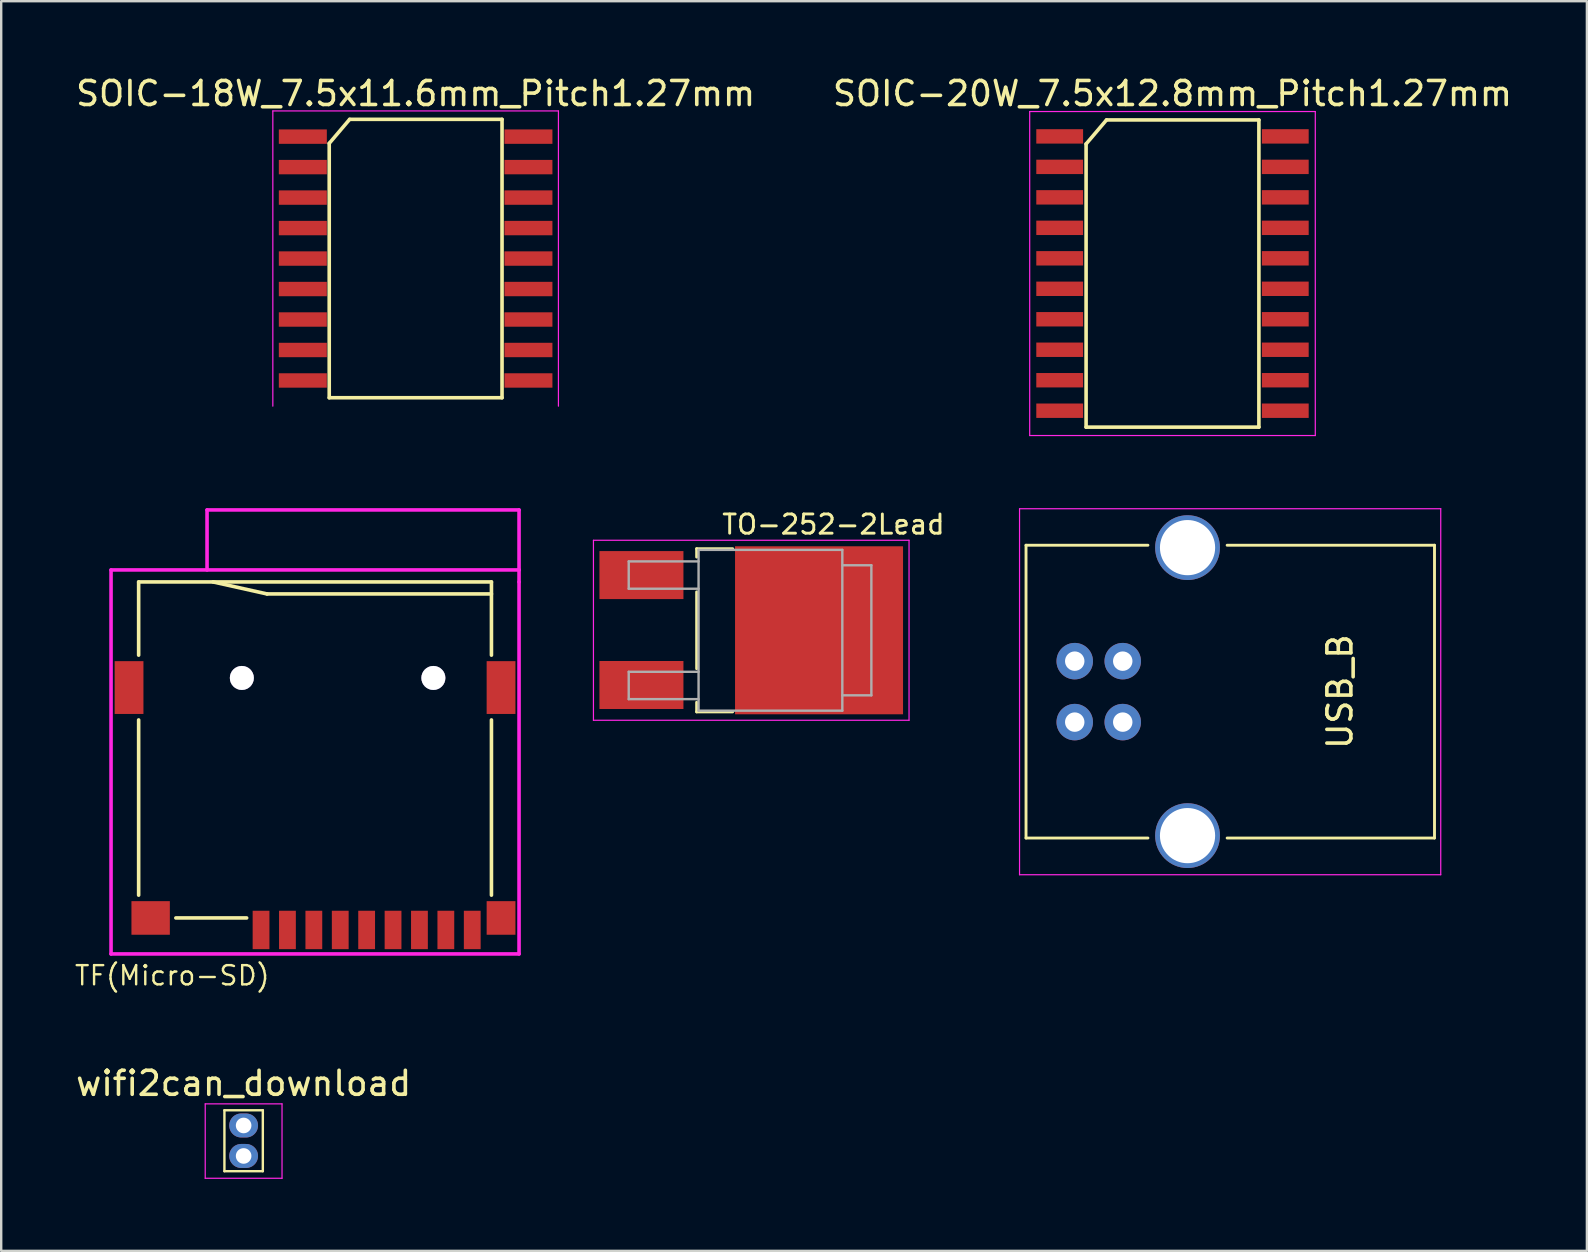
<source format=kicad_pcb>
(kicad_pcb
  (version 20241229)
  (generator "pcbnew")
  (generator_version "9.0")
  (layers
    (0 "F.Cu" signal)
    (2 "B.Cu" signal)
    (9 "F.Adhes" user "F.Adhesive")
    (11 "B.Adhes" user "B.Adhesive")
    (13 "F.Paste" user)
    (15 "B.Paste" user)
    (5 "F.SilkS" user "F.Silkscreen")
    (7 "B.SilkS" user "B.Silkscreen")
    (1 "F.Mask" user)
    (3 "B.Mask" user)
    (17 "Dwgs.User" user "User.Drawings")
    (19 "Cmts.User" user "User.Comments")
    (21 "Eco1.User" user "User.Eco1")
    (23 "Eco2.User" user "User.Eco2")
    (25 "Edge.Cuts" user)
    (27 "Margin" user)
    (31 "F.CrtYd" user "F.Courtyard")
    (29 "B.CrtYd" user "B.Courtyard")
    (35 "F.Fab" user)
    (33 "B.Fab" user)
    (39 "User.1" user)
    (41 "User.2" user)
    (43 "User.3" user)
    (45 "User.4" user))
  (footprint "TF(Micro-SD)"
    (layer "F.Cu")
    (at 10.077 28.198)
    (property "Reference" "TF(Micro-SD)" (at -5.95 9.4 0) (layer "F.SilkS") (effects (font (size 0.8 0.8) (thickness 0.1))))
    (attr smd)
    (fp_line (start -7.35 -7) (end -7.35 -3.95) (stroke (width 0.15) (type solid)) (layer "F.SilkS"))
    (fp_line (start -7.35 -7) (end 7.35 -7) (stroke (width 0.15) (type solid)) (layer "F.SilkS"))
    (fp_line (start -7.35 -1.25) (end -7.35 6.05) (stroke (width 0.15) (type solid)) (layer "F.SilkS"))
    (fp_line (start -5.8 7) (end -2.85 7) (stroke (width 0.15) (type solid)) (layer "F.SilkS"))
    (fp_line (start -2 -6.5) (end -4.25 -7) (stroke (width 0.15) (type solid)) (layer "F.SilkS"))
    (fp_line (start 7.35 -6.5) (end -2 -6.5) (stroke (width 0.15) (type solid)) (layer "F.SilkS"))
    (fp_line (start 7.35 -3.95) (end 7.35 -7) (stroke (width 0.15) (type solid)) (layer "F.SilkS"))
    (fp_line (start 7.35 6.05) (end 7.35 -1.25) (stroke (width 0.15) (type solid)) (layer "F.SilkS"))
    (fp_line (start -8.5 -7.5) (end -8.5 8.5) (stroke (width 0.15) (type solid)) (layer "F.CrtYd"))
    (fp_line (start -8.5 8.5) (end 8.5 8.5) (stroke (width 0.15) (type solid)) (layer "F.CrtYd"))
    (fp_line (start -4.5 -10) (end -4.5 -7.5) (stroke (width 0.15) (type solid)) (layer "F.CrtYd"))
    (fp_line (start 8.5 -10) (end -4.5 -10) (stroke (width 0.15) (type solid)) (layer "F.CrtYd"))
    (fp_line (start 8.5 -7.5) (end -8.5 -7.5) (stroke (width 0.15) (type solid)) (layer "F.CrtYd"))
    (fp_line (start 8.5 -7.5) (end 8.5 -10) (stroke (width 0.15) (type solid)) (layer "F.CrtYd"))
    (fp_line (start 8.5 -7) (end 8.5 -7.5) (stroke (width 0.15) (type solid)) (layer "F.CrtYd"))
    (fp_line (start 8.5 8.5) (end 8.5 -7) (stroke (width 0.15) (type solid)) (layer "F.CrtYd"))
    (pad "" thru_hole circle (at -3.05 -3) (size 1 1) (drill 1) (layers "*.Cu"))
    (pad "" thru_hole circle (at 4.93 -3) (size 1 1) (drill 1) (layers "*.Cu"))
    (pad "1" smd rect (at -2.25 7.5) (size 0.7 1.6) (layers "F.Cu" "F.Mask" "F.Paste"))
    (pad "2" smd rect (at -1.15 7.5) (size 0.7 1.6) (layers "F.Cu" "F.Mask" "F.Paste"))
    (pad "3" smd rect (at -0.05 7.5) (size 0.7 1.6) (layers "F.Cu" "F.Mask" "F.Paste"))
    (pad "4" smd rect (at 1.05 7.5) (size 0.7 1.6) (layers "F.Cu" "F.Mask" "F.Paste"))
    (pad "5" smd rect (at 2.15 7.5) (size 0.7 1.6) (layers "F.Cu" "F.Mask" "F.Paste"))
    (pad "6" smd rect (at 3.25 7.5) (size 0.7 1.6) (layers "F.Cu" "F.Mask" "F.Paste"))
    (pad "7" smd rect (at 4.35 7.5) (size 0.7 1.6) (layers "F.Cu" "F.Mask" "F.Paste"))
    (pad "8" smd rect (at 5.45 7.5) (size 0.7 1.6) (layers "F.Cu" "F.Mask" "F.Paste"))
    (pad "9" smd rect (at 6.55 7.5) (size 0.7 1.6) (layers "F.Cu" "F.Mask" "F.Paste"))
    (pad "10" smd rect (at -7.75 -2.6) (size 1.2 2.2) (layers "F.Cu" "F.Mask" "F.Paste"))
    (pad "10" smd rect (at -6.85 7) (size 1.6 1.4) (layers "F.Cu" "F.Mask" "F.Paste"))
    (pad "10" smd rect (at 7.75 -2.6) (size 1.2 2.2) (layers "F.Cu" "F.Mask" "F.Paste"))
    (pad "10" smd rect (at 7.75 7) (size 1.2 1.4) (layers "F.Cu" "F.Mask" "F.Paste")))
  (footprint "TO-252-2Lead"
    (layer "F.Cu")
    (at 27.377 23.202)
    (property "Reference" "TO-252-2Lead" (at 4.3 -4.4 0) (layer "F.SilkS") (effects (font (size 0.8 0.8) (thickness 0.12))))
    (attr smd)
    (fp_line (start -1.4 -3.39) (end 0.1 -3.39) (stroke (width 0.12) (type solid)) (layer "F.SilkS"))
    (fp_line (start -1.4 -3.04) (end -1.4 -3.39) (stroke (width 0.12) (type solid)) (layer "F.SilkS"))
    (fp_line (start -1.4 1.61) (end -1.4 -1.59) (stroke (width 0.12) (type solid)) (layer "F.SilkS"))
    (fp_line (start -1.4 3.41) (end -1.4 3.01) (stroke (width 0.12) (type solid)) (layer "F.SilkS"))
    (fp_line (start 0.1 3.41) (end -1.4 3.41) (stroke (width 0.12) (type solid)) (layer "F.SilkS"))
    (fp_line (start -5.7 3.76) (end -5.7 -3.74) (stroke (width 0.05) (type solid)) (layer "F.CrtYd"))
    (fp_line (start -5.7 3.76) (end 7.45 3.76) (stroke (width 0.05) (type solid)) (layer "F.CrtYd"))
    (fp_line (start 7.45 -3.74) (end -5.7 -3.74) (stroke (width 0.05) (type solid)) (layer "F.CrtYd"))
    (fp_line (start 7.45 -3.74) (end 7.45 3.76) (stroke (width 0.05) (type solid)) (layer "F.CrtYd"))
    (fp_line (start -4.23 -2.86) (end -4.23 -1.72) (stroke (width 0.1) (type solid)) (layer "F.Fab"))
    (fp_line (start -4.23 -1.72) (end -1.32 -1.72) (stroke (width 0.1) (type solid)) (layer "F.Fab"))
    (fp_line (start -4.23 1.74) (end -4.23 2.88) (stroke (width 0.1) (type solid)) (layer "F.Fab"))
    (fp_line (start -4.23 2.88) (end -1.32 2.88) (stroke (width 0.1) (type solid)) (layer "F.Fab"))
    (fp_line (start -1.32 -2.86) (end -4.23 -2.86) (stroke (width 0.1) (type solid)) (layer "F.Fab"))
    (fp_line (start -1.32 1.74) (end -4.23 1.74) (stroke (width 0.1) (type solid)) (layer "F.Fab"))
    (fp_line (start -1.32 3.36) (end -1.32 -3.34) (stroke (width 0.1) (type solid)) (layer "F.Fab"))
    (fp_line (start -1.32 3.36) (end 4.67 3.36) (stroke (width 0.1) (type solid)) (layer "F.Fab"))
    (fp_line (start 4.67 -3.34) (end -1.32 -3.34) (stroke (width 0.1) (type solid)) (layer "F.Fab"))
    (fp_line (start 4.67 3.36) (end 4.67 -3.34) (stroke (width 0.1) (type solid)) (layer "F.Fab"))
    (fp_line (start 4.68 -2.7) (end 5.88 -2.7) (stroke (width 0.1) (type solid)) (layer "F.Fab"))
    (fp_line (start 5.88 -2.7) (end 5.88 2.72) (stroke (width 0.1) (type solid)) (layer "F.Fab"))
    (fp_line (start 5.88 2.72) (end 4.67 2.72) (stroke (width 0.1) (type solid)) (layer "F.Fab"))
    (pad "1" smd rect (at -3.7 -2.29 270) (size 2 3.5) (layers "F.Cu" "F.Mask" "F.Paste"))
    (pad "2" smd rect (at -3.7 2.29 270) (size 2 3.5) (layers "F.Cu" "F.Mask" "F.Paste"))
    (pad "3" smd rect (at 3.7 0.01 270) (size 7 7) (layers "F.Cu" "F.Mask" "F.Paste")))
  (footprint "wifi2can_download"
    (layer "F.Cu")
    (at 7.101 43.845)
    (property "Reference" "wifi2can_download" (at 0 -1.755 0) (layer "F.SilkS") (effects (font (size 1 1) (thickness 0.15))))
    (attr through_hole)
    (fp_line (start -0.8 -0.635) (end -0.8 1.905) (stroke (width 0.1) (type solid)) (layer "F.SilkS"))
    (fp_line (start -0.8 1.905) (end 0.8 1.905) (stroke (width 0.1) (type solid)) (layer "F.SilkS"))
    (fp_line (start 0.8 -0.635) (end -0.8 -0.635) (stroke (width 0.1) (type solid)) (layer "F.SilkS"))
    (fp_line (start 0.8 1.905) (end 0.8 -0.635) (stroke (width 0.1) (type solid)) (layer "F.SilkS"))
    (fp_line (start -1.6 -0.9) (end -1.6 2.2) (stroke (width 0.05) (type solid)) (layer "F.CrtYd"))
    (fp_line (start -1.6 2.2) (end 1.6 2.2) (stroke (width 0.05) (type solid)) (layer "F.CrtYd"))
    (fp_line (start 1.6 -0.9) (end -1.6 -0.9) (stroke (width 0.05) (type solid)) (layer "F.CrtYd"))
    (fp_line (start 1.6 2.2) (end 1.6 -0.9) (stroke (width 0.05) (type solid)) (layer "F.CrtYd"))
    (pad "1" thru_hole oval (at 0 0) (size 1.2 1) (drill 0.65) (layers "*.Cu" "*.Mask"))
    (pad "2" thru_hole oval (at 0 1.27) (size 1.2 1) (drill 0.65) (layers "*.Cu" "*.Mask")))
  (footprint "SOIC-18W_7.5x11.6mm_Pitch1.27mm"
    (layer "F.Cu")
    (at 14.268 7.723)
    (property "Reference" "SOIC-18W_7.5x11.6mm_Pitch1.27mm" (at 0 -6.875 0) (layer "F.SilkS") (effects (font (size 1 1) (thickness 0.15))))
    (attr smd)
    (fp_line (start -3.6 -4.8) (end -2.75 -5.8) (stroke (width 0.15) (type solid)) (layer "F.SilkS"))
    (fp_line (start -3.6 5.8) (end -3.6 -4.8) (stroke (width 0.15) (type solid)) (layer "F.SilkS"))
    (fp_line (start -2.75 -5.8) (end 3.6 -5.8) (stroke (width 0.15) (type solid)) (layer "F.SilkS"))
    (fp_line (start 3.6 -5.8) (end 3.6 5.8) (stroke (width 0.15) (type solid)) (layer "F.SilkS"))
    (fp_line (start 3.6 5.8) (end -3.6 5.8) (stroke (width 0.15) (type solid)) (layer "F.SilkS"))
    (fp_line (start -5.95 -6.15) (end -5.95 6.15) (stroke (width 0.05) (type solid)) (layer "F.CrtYd"))
    (fp_line (start -5.95 -6.15) (end 5.95 -6.15) (stroke (width 0.05) (type solid)) (layer "F.CrtYd"))
    (fp_line (start 5.95 -6.15) (end 5.95 6.15) (stroke (width 0.05) (type solid)) (layer "F.CrtYd"))
    (pad "1" smd rect (at -4.7 -5.08) (size 2 0.6) (layers "F.Cu" "F.Mask" "F.Paste"))
    (pad "2" smd rect (at -4.7 -3.81) (size 2 0.6) (layers "F.Cu" "F.Mask" "F.Paste"))
    (pad "3" smd rect (at -4.7 -2.54) (size 2 0.6) (layers "F.Cu" "F.Mask" "F.Paste"))
    (pad "4" smd rect (at -4.7 -1.27) (size 2 0.6) (layers "F.Cu" "F.Mask" "F.Paste"))
    (pad "5" smd rect (at -4.7 0) (size 2 0.6) (layers "F.Cu" "F.Mask" "F.Paste"))
    (pad "6" smd rect (at -4.7 1.27) (size 2 0.6) (layers "F.Cu" "F.Mask" "F.Paste"))
    (pad "7" smd rect (at -4.7 2.54) (size 2 0.6) (layers "F.Cu" "F.Mask" "F.Paste"))
    (pad "8" smd rect (at -4.7 3.81) (size 2 0.6) (layers "F.Cu" "F.Mask" "F.Paste"))
    (pad "9" smd rect (at -4.7 5.08) (size 2 0.6) (layers "F.Cu" "F.Mask" "F.Paste"))
    (pad "10" smd rect (at 4.7 5.08) (size 2 0.6) (layers "F.Cu" "F.Mask" "F.Paste"))
    (pad "11" smd rect (at 4.7 3.81) (size 2 0.6) (layers "F.Cu" "F.Mask" "F.Paste"))
    (pad "12" smd rect (at 4.7 2.54) (size 2 0.6) (layers "F.Cu" "F.Mask" "F.Paste"))
    (pad "13" smd rect (at 4.7 1.27) (size 2 0.6) (layers "F.Cu" "F.Mask" "F.Paste"))
    (pad "14" smd rect (at 4.7 0) (size 2 0.6) (layers "F.Cu" "F.Mask" "F.Paste"))
    (pad "15" smd rect (at 4.7 -1.27) (size 2 0.6) (layers "F.Cu" "F.Mask" "F.Paste"))
    (pad "16" smd rect (at 4.7 -2.54) (size 2 0.6) (layers "F.Cu" "F.Mask" "F.Paste"))
    (pad "17" smd rect (at 4.7 -3.81) (size 2 0.6) (layers "F.Cu" "F.Mask" "F.Paste"))
    (pad "18" smd rect (at 4.7 -5.08) (size 2 0.6) (layers "F.Cu" "F.Mask" "F.Paste")))
  (footprint "SOIC-20W_7.5x12.8mm_Pitch1.27mm"
    (layer "F.Cu")
    (at 45.804 8.348)
    (property "Reference" "SOIC-20W_7.5x12.8mm_Pitch1.27mm" (at 0 -7.5 0) (layer "F.SilkS") (effects (font (size 1 1) (thickness 0.15))))
    (attr smd)
    (fp_line (start -3.6 -5.4) (end -2.75 -6.4) (stroke (width 0.15) (type solid)) (layer "F.SilkS"))
    (fp_line (start -3.6 6.4) (end -3.6 -5.4) (stroke (width 0.15) (type solid)) (layer "F.SilkS"))
    (fp_line (start -2.75 -6.4) (end 3.6 -6.4) (stroke (width 0.15) (type solid)) (layer "F.SilkS"))
    (fp_line (start 3.6 -6.4) (end 3.6 6.4) (stroke (width 0.15) (type solid)) (layer "F.SilkS"))
    (fp_line (start 3.6 6.4) (end -3.6 6.4) (stroke (width 0.15) (type solid)) (layer "F.SilkS"))
    (fp_line (start -5.95 -6.75) (end -5.95 6.75) (stroke (width 0.05) (type solid)) (layer "F.CrtYd"))
    (fp_line (start -5.95 -6.75) (end 5.95 -6.75) (stroke (width 0.05) (type solid)) (layer "F.CrtYd"))
    (fp_line (start -5.95 6.75) (end 5.95 6.75) (stroke (width 0.05) (type solid)) (layer "F.CrtYd"))
    (fp_line (start 5.95 -6.75) (end 5.95 6.75) (stroke (width 0.05) (type solid)) (layer "F.CrtYd"))
    (pad "1" smd rect (at -4.7 -5.715) (size 1.95 0.6) (layers "F.Cu" "F.Mask" "F.Paste"))
    (pad "2" smd rect (at -4.7 -4.445) (size 1.95 0.6) (layers "F.Cu" "F.Mask" "F.Paste"))
    (pad "3" smd rect (at -4.7 -3.175) (size 1.95 0.6) (layers "F.Cu" "F.Mask" "F.Paste"))
    (pad "4" smd rect (at -4.7 -1.905) (size 1.95 0.6) (layers "F.Cu" "F.Mask" "F.Paste"))
    (pad "5" smd rect (at -4.7 -0.635) (size 1.95 0.6) (layers "F.Cu" "F.Mask" "F.Paste"))
    (pad "6" smd rect (at -4.7 0.635) (size 1.95 0.6) (layers "F.Cu" "F.Mask" "F.Paste"))
    (pad "7" smd rect (at -4.7 1.905) (size 1.95 0.6) (layers "F.Cu" "F.Mask" "F.Paste"))
    (pad "8" smd rect (at -4.7 3.175) (size 1.95 0.6) (layers "F.Cu" "F.Mask" "F.Paste"))
    (pad "9" smd rect (at -4.7 4.445) (size 1.95 0.6) (layers "F.Cu" "F.Mask" "F.Paste"))
    (pad "10" smd rect (at -4.7 5.715) (size 1.95 0.6) (layers "F.Cu" "F.Mask" "F.Paste"))
    (pad "11" smd rect (at 4.7 5.715) (size 1.95 0.6) (layers "F.Cu" "F.Mask" "F.Paste"))
    (pad "12" smd rect (at 4.7 4.445) (size 1.95 0.6) (layers "F.Cu" "F.Mask" "F.Paste"))
    (pad "13" smd rect (at 4.7 3.175) (size 1.95 0.6) (layers "F.Cu" "F.Mask" "F.Paste"))
    (pad "14" smd rect (at 4.7 1.905) (size 1.95 0.6) (layers "F.Cu" "F.Mask" "F.Paste"))
    (pad "15" smd rect (at 4.7 0.635) (size 1.95 0.6) (layers "F.Cu" "F.Mask" "F.Paste"))
    (pad "16" smd rect (at 4.7 -0.635) (size 1.95 0.6) (layers "F.Cu" "F.Mask" "F.Paste"))
    (pad "17" smd rect (at 4.7 -1.905) (size 1.95 0.6) (layers "F.Cu" "F.Mask" "F.Paste"))
    (pad "18" smd rect (at 4.7 -3.175) (size 1.95 0.6) (layers "F.Cu" "F.Mask" "F.Paste"))
    (pad "19" smd rect (at 4.7 -4.445) (size 1.95 0.6) (layers "F.Cu" "F.Mask" "F.Paste"))
    (pad "20" smd rect (at 4.7 -5.715) (size 1.95 0.6) (layers "F.Cu" "F.Mask" "F.Paste")))
  (footprint "USB_B"
    (layer "F.Cu")
    (at 41.731 25.768)
    (property "Reference" "USB_B" (at 11.05 0 90) (layer "F.SilkS") (effects (font (size 1 1) (thickness 0.15))))
    (attr through_hole)
    (fp_line (start -2.03 -6.1) (end 3.05 -6.1) (stroke (width 0.12) (type solid)) (layer "F.SilkS"))
    (fp_line (start -2.03 6.1) (end -2.03 -6.1) (stroke (width 0.12) (type solid)) (layer "F.SilkS"))
    (fp_line (start -2.03 6.1) (end 3.05 6.1) (stroke (width 0.12) (type solid)) (layer "F.SilkS"))
    (fp_line (start 6.35 -6.1) (end 14.99 -6.1) (stroke (width 0.12) (type solid)) (layer "F.SilkS"))
    (fp_line (start 6.35 6.1) (end 14.99 6.1) (stroke (width 0.12) (type solid)) (layer "F.SilkS"))
    (fp_line (start 14.99 -6.1) (end 14.99 6.1) (stroke (width 0.12) (type solid)) (layer "F.SilkS"))
    (fp_line (start -2.3 -7.62) (end 15.25 -7.62) (stroke (width 0.05) (type solid)) (layer "F.CrtYd"))
    (fp_line (start -2.3 7.63) (end -2.3 -7.62) (stroke (width 0.05) (type solid)) (layer "F.CrtYd"))
    (fp_line (start 15.25 -7.62) (end 15.25 7.63) (stroke (width 0.05) (type solid)) (layer "F.CrtYd"))
    (fp_line (start 15.25 7.63) (end -2.3 7.63) (stroke (width 0.05) (type solid)) (layer "F.CrtYd"))
    (pad "1" thru_hole circle (at 0 -1.27 270) (size 1.52 1.52) (drill 0.81) (layers "*.Cu" "*.Mask"))
    (pad "2" thru_hole circle (at 0 1.27 270) (size 1.52 1.52) (drill 0.81) (layers "*.Cu" "*.Mask"))
    (pad "3" thru_hole circle (at 2 1.27 270) (size 1.52 1.52) (drill 0.81) (layers "*.Cu" "*.Mask"))
    (pad "4" thru_hole circle (at 2 -1.27 270) (size 1.52 1.52) (drill 0.81) (layers "*.Cu" "*.Mask"))
    (pad "5" thru_hole circle (at 4.7 -6 270) (size 2.7 2.7) (drill 2.3) (layers "*.Cu" "*.Mask"))
    (pad "5" thru_hole circle (at 4.7 6 270) (size 2.7 2.7) (drill 2.3) (layers "*.Cu" "*.Mask")))
  (gr_rect
    (start -3 -3)
    (end 63.071 49.07)
    (stroke (width 0.1) (type default))
    (fill no)
    (layer "Edge.Cuts")))
</source>
